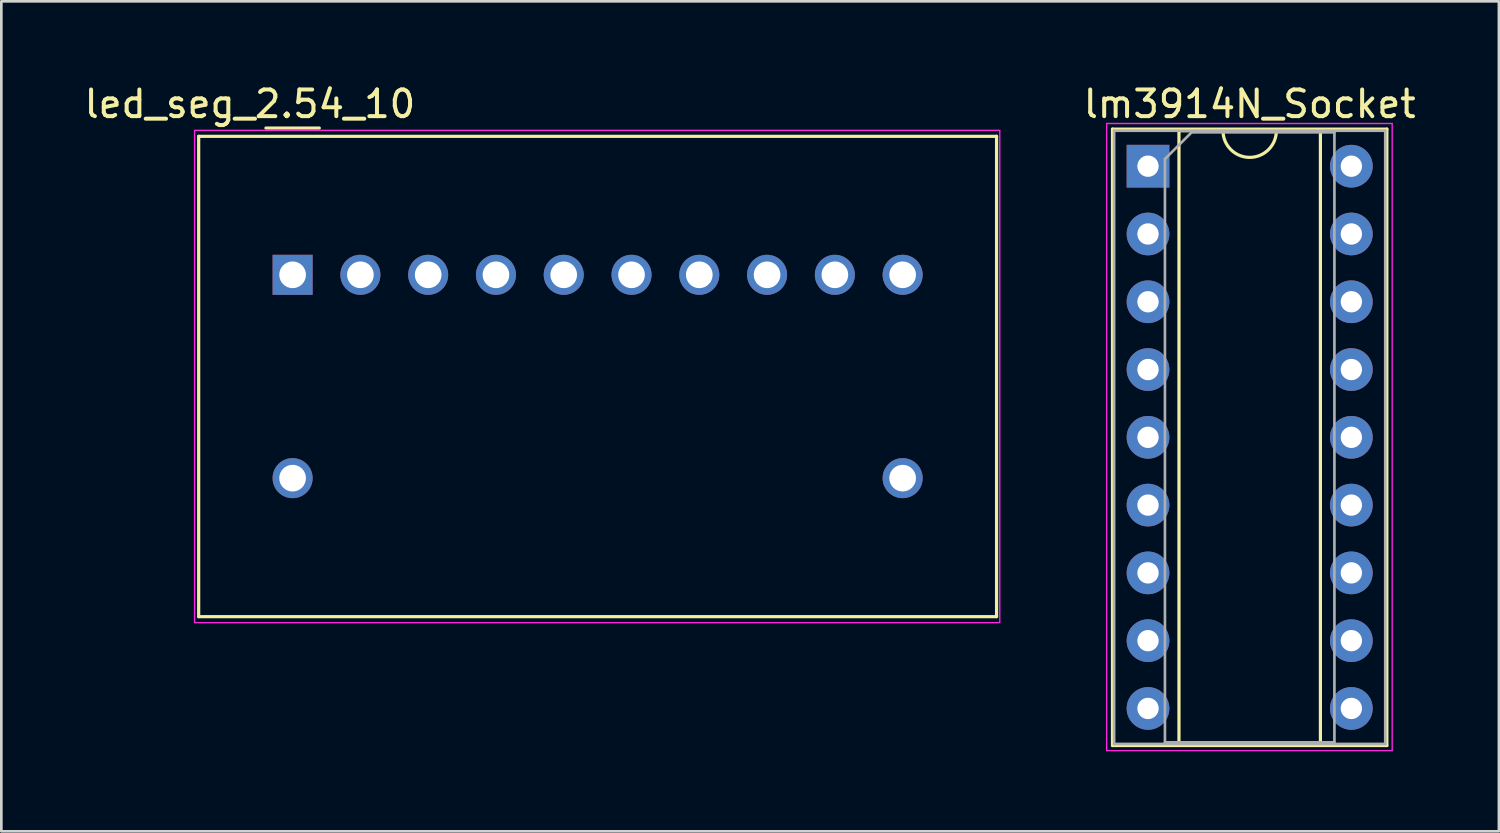
<source format=kicad_pcb>
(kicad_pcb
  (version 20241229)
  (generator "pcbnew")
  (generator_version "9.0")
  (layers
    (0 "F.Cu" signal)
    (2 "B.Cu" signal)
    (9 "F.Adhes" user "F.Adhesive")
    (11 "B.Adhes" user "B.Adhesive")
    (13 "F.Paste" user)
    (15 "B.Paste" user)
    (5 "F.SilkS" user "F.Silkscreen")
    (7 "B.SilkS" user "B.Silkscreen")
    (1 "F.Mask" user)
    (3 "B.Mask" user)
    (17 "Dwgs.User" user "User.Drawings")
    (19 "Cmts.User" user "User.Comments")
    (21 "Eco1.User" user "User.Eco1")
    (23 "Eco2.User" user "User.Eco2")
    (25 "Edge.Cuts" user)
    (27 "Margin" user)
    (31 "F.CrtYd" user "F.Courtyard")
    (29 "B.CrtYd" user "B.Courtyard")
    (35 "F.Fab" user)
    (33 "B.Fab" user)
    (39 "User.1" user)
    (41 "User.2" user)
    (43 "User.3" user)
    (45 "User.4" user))
  (footprint "led_seg_2.54_10"
    (layer "F.Cu")
    (at 7.915 7.248)
    (property "Reference" "led_seg_2.54_10" (at -1.6 -6.4 0) (unlocked yes) (layer "F.SilkS") (effects (font (size 1 1) (thickness 0.15))))
    (attr through_hole)
    (fp_line (start -3.52 -5.19) (end 26.38 -5.19) (stroke (width 0.12) (type solid)) (layer "F.SilkS"))
    (fp_line (start -3.52 12.81) (end -3.52 -5.19) (stroke (width 0.12) (type solid)) (layer "F.SilkS"))
    (fp_line (start -3.52 12.81) (end 26.38 12.81) (stroke (width 0.12) (type solid)) (layer "F.SilkS"))
    (fp_line (start -1 -5.5) (end 1 -5.5) (stroke (width 0.12) (type solid)) (layer "F.SilkS"))
    (fp_line (start 26.38 12.81) (end 26.38 -5.19) (stroke (width 0.12) (type solid)) (layer "F.SilkS"))
    (fp_rect (start -3.675 -5.415) (end 26.5 13.035) (stroke (width 0.05) (type solid)) (fill no) (layer "F.CrtYd"))
    (pad "1" thru_hole rect (at 0 0) (size 1.5 1.5) (drill 1) (layers "*.Cu" "*.Mask"))
    (pad "2" thru_hole circle (at 2.54 0) (size 1.5 1.5) (drill 1) (layers "*.Cu" "*.Mask"))
    (pad "3" thru_hole circle (at 5.08 0) (size 1.5 1.5) (drill 1) (layers "*.Cu" "*.Mask"))
    (pad "4" thru_hole circle (at 7.62 0) (size 1.5 1.5) (drill 1) (layers "*.Cu" "*.Mask"))
    (pad "5" thru_hole circle (at 10.16 0) (size 1.5 1.5) (drill 1) (layers "*.Cu" "*.Mask"))
    (pad "6" thru_hole circle (at 12.7 0) (size 1.5 1.5) (drill 1) (layers "*.Cu" "*.Mask"))
    (pad "7" thru_hole circle (at 15.24 0) (size 1.5 1.5) (drill 1) (layers "*.Cu" "*.Mask"))
    (pad "8" thru_hole circle (at 17.78 0) (size 1.5 1.5) (drill 1) (layers "*.Cu" "*.Mask"))
    (pad "9" thru_hole circle (at 20.32 0) (size 1.5 1.5) (drill 1) (layers "*.Cu" "*.Mask"))
    (pad "10" thru_hole circle (at 22.86 0) (size 1.5 1.5) (drill 1) (layers "*.Cu" "*.Mask"))
    (pad "11" thru_hole circle (at 22.86 7.62 180) (size 1.5 1.5) (drill 1) (layers "*.Cu" "*.Mask"))
    (pad "12" thru_hole circle (at 0 7.62 180) (size 1.5 1.5) (drill 1) (layers "*.Cu" "*.Mask")))
  (footprint "lm3914N_Socket"
    (layer "F.Cu")
    (at 39.97 3.178)
    (property "Reference" "lm3914N_Socket" (at 3.81 -2.33 0) (layer "F.SilkS") (effects (font (size 1 1) (thickness 0.15))))
    (attr through_hole)
    (fp_line (start -1.33 -1.39) (end -1.33 21.71) (stroke (width 0.12) (type solid)) (layer "F.SilkS"))
    (fp_line (start -1.33 21.71) (end 8.95 21.71) (stroke (width 0.12) (type solid)) (layer "F.SilkS"))
    (fp_line (start 1.16 -1.33) (end 1.16 21.65) (stroke (width 0.12) (type solid)) (layer "F.SilkS"))
    (fp_line (start 1.16 21.65) (end 6.46 21.65) (stroke (width 0.12) (type solid)) (layer "F.SilkS"))
    (fp_line (start 2.81 -1.33) (end 1.16 -1.33) (stroke (width 0.12) (type solid)) (layer "F.SilkS"))
    (fp_line (start 6.46 -1.33) (end 4.81 -1.33) (stroke (width 0.12) (type solid)) (layer "F.SilkS"))
    (fp_line (start 6.46 21.65) (end 6.46 -1.33) (stroke (width 0.12) (type solid)) (layer "F.SilkS"))
    (fp_line (start 8.95 -1.39) (end -1.33 -1.39) (stroke (width 0.12) (type solid)) (layer "F.SilkS"))
    (fp_line (start 8.95 21.71) (end 8.95 -1.39) (stroke (width 0.12) (type solid)) (layer "F.SilkS"))
    (fp_arc (start 4.81 -1.33) (mid 3.81 -0.33) (end 2.81 -1.33) (stroke (width 0.12) (type solid)) (layer "F.SilkS"))
    (fp_line (start -1.55 -1.6) (end -1.55 21.9) (stroke (width 0.05) (type solid)) (layer "F.CrtYd"))
    (fp_line (start -1.55 21.9) (end 9.15 21.9) (stroke (width 0.05) (type solid)) (layer "F.CrtYd"))
    (fp_line (start 9.15 -1.6) (end -1.55 -1.6) (stroke (width 0.05) (type solid)) (layer "F.CrtYd"))
    (fp_line (start 9.15 21.9) (end 9.15 -1.6) (stroke (width 0.05) (type solid)) (layer "F.CrtYd"))
    (fp_line (start -1.27 -1.33) (end -1.27 21.65) (stroke (width 0.1) (type solid)) (layer "F.Fab"))
    (fp_line (start -1.27 21.65) (end 8.89 21.65) (stroke (width 0.1) (type solid)) (layer "F.Fab"))
    (fp_line (start 0.635 -0.27) (end 1.635 -1.27) (stroke (width 0.1) (type solid)) (layer "F.Fab"))
    (fp_line (start 0.635 21.59) (end 0.635 -0.27) (stroke (width 0.1) (type solid)) (layer "F.Fab"))
    (fp_line (start 1.635 -1.27) (end 6.985 -1.27) (stroke (width 0.1) (type solid)) (layer "F.Fab"))
    (fp_line (start 6.985 -1.27) (end 6.985 21.59) (stroke (width 0.1) (type solid)) (layer "F.Fab"))
    (fp_line (start 6.985 21.59) (end 0.635 21.59) (stroke (width 0.1) (type solid)) (layer "F.Fab"))
    (fp_line (start 8.89 -1.33) (end -1.27 -1.33) (stroke (width 0.1) (type solid)) (layer "F.Fab"))
    (fp_line (start 8.89 21.65) (end 8.89 -1.33) (stroke (width 0.1) (type solid)) (layer "F.Fab"))
    (pad "1" thru_hole rect (at 0 0) (size 1.6 1.6) (drill 0.8) (layers "*.Cu" "*.Mask"))
    (pad "2" thru_hole oval (at 0 2.54) (size 1.6 1.6) (drill 0.8) (layers "*.Cu" "*.Mask"))
    (pad "3" thru_hole oval (at 0 5.08) (size 1.6 1.6) (drill 0.8) (layers "*.Cu" "*.Mask"))
    (pad "4" thru_hole oval (at 0 7.62) (size 1.6 1.6) (drill 0.8) (layers "*.Cu" "*.Mask"))
    (pad "5" thru_hole oval (at 0 10.16) (size 1.6 1.6) (drill 0.8) (layers "*.Cu" "*.Mask"))
    (pad "6" thru_hole oval (at 0 12.7) (size 1.6 1.6) (drill 0.8) (layers "*.Cu" "*.Mask"))
    (pad "7" thru_hole oval (at 0 15.24) (size 1.6 1.6) (drill 0.8) (layers "*.Cu" "*.Mask"))
    (pad "8" thru_hole oval (at 0 17.78) (size 1.6 1.6) (drill 0.8) (layers "*.Cu" "*.Mask"))
    (pad "9" thru_hole oval (at 0 20.32) (size 1.6 1.6) (drill 0.8) (layers "*.Cu" "*.Mask"))
    (pad "10" thru_hole oval (at 7.62 20.32) (size 1.6 1.6) (drill 0.8) (layers "*.Cu" "*.Mask"))
    (pad "11" thru_hole oval (at 7.62 17.78) (size 1.6 1.6) (drill 0.8) (layers "*.Cu" "*.Mask"))
    (pad "12" thru_hole oval (at 7.62 15.24) (size 1.6 1.6) (drill 0.8) (layers "*.Cu" "*.Mask"))
    (pad "13" thru_hole oval (at 7.62 12.7) (size 1.6 1.6) (drill 0.8) (layers "*.Cu" "*.Mask"))
    (pad "14" thru_hole oval (at 7.62 10.16) (size 1.6 1.6) (drill 0.8) (layers "*.Cu" "*.Mask"))
    (pad "15" thru_hole oval (at 7.62 7.62) (size 1.6 1.6) (drill 0.8) (layers "*.Cu" "*.Mask"))
    (pad "16" thru_hole oval (at 7.62 5.08) (size 1.6 1.6) (drill 0.8) (layers "*.Cu" "*.Mask"))
    (pad "17" thru_hole oval (at 7.62 2.54) (size 1.6 1.6) (drill 0.8) (layers "*.Cu" "*.Mask"))
    (pad "18" thru_hole oval (at 7.62 0) (size 1.6 1.6) (drill 0.8) (layers "*.Cu" "*.Mask")))
  (gr_rect
    (start -3 -3)
    (end 53.119 28.103)
    (stroke (width 0.1) (type default))
    (fill no)
    (layer "Edge.Cuts")))
</source>
